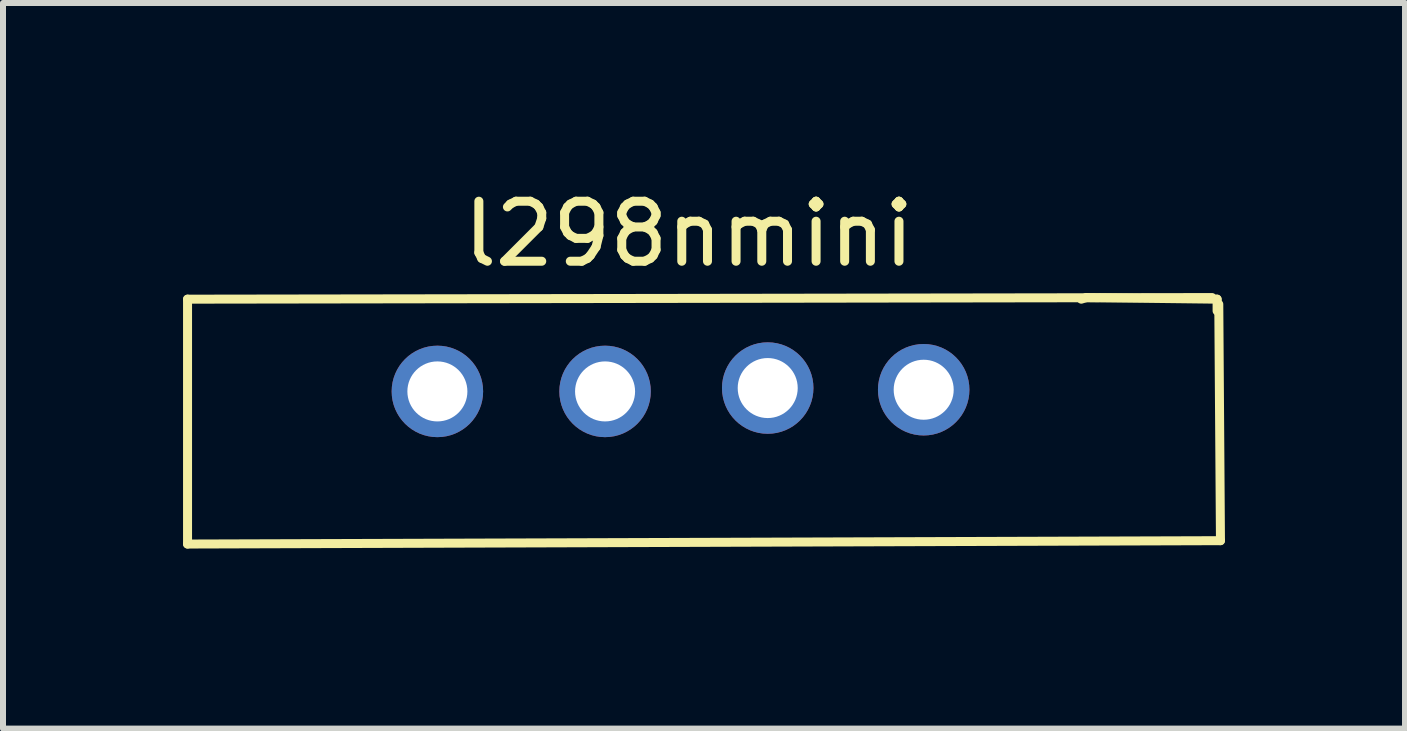
<source format=kicad_pcb>
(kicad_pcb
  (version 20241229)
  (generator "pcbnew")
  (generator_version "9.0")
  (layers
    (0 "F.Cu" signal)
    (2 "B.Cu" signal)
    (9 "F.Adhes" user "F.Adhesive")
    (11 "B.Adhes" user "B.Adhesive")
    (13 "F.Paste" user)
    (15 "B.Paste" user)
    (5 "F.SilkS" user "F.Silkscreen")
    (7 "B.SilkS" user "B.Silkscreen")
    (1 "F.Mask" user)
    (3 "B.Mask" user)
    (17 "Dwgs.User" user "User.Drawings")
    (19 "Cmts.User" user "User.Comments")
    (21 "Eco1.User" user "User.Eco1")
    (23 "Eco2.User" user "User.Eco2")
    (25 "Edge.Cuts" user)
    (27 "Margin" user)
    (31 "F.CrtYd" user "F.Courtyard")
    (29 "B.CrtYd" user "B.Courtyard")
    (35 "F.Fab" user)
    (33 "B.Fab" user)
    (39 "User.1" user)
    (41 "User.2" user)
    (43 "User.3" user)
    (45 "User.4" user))
  (footprint "l298nmini"
    (layer "F.Cu")
    (at 8.429 0.348)
    (property "Reference" "l298nmini" (at 0 0.5 0) (layer "F.SilkS") (effects (font (size 1 1) (thickness 0.15))))
    (attr through_hole)
    (fp_line (start -8.354 1.587) (end -8.354 5.667) (stroke (width 0.15) (type solid)) (layer "F.SilkS"))
    (fp_line (start -8.354 5.667) (end 8.857 5.611) (stroke (width 0.15) (type solid)) (layer "F.SilkS"))
    (fp_line (start 6.622 1.56) (end 6.538 1.587) (stroke (width 0.15) (type solid)) (layer "F.SilkS"))
    (fp_line (start 8.717 1.56) (end -8.354 1.587) (stroke (width 0.15) (type solid)) (layer "F.SilkS"))
    (fp_line (start 8.801 1.587) (end 6.622 1.56) (stroke (width 0.15) (type solid)) (layer "F.SilkS"))
    (fp_line (start 8.801 1.783) (end 8.801 1.587) (stroke (width 0.15) (type solid)) (layer "F.SilkS"))
    (fp_line (start 8.857 5.611) (end 8.829 1.671) (stroke (width 0.15) (type solid)) (layer "F.SilkS"))
    (pad "1" thru_hole circle (at -4.191 3.124) (size 1.524 1.524) (drill 1) (layers "*.Cu" "*.Mask"))
    (pad "2" thru_hole circle (at -1.397 3.124) (size 1.524 1.524) (drill 1) (layers "*.Cu" "*.Mask"))
    (pad "3" thru_hole circle (at 1.313 3.068) (size 1.524 1.524) (drill 1) (layers "*.Cu" "*.Mask"))
    (pad "4" thru_hole circle (at 3.912 3.096) (size 1.524 1.524) (drill 1) (layers "*.Cu" "*.Mask")))
  (gr_rect
    (start -3 -3)
    (end 20.361 9.09)
    (stroke (width 0.1) (type default))
    (fill no)
    (layer "Edge.Cuts")))
</source>
